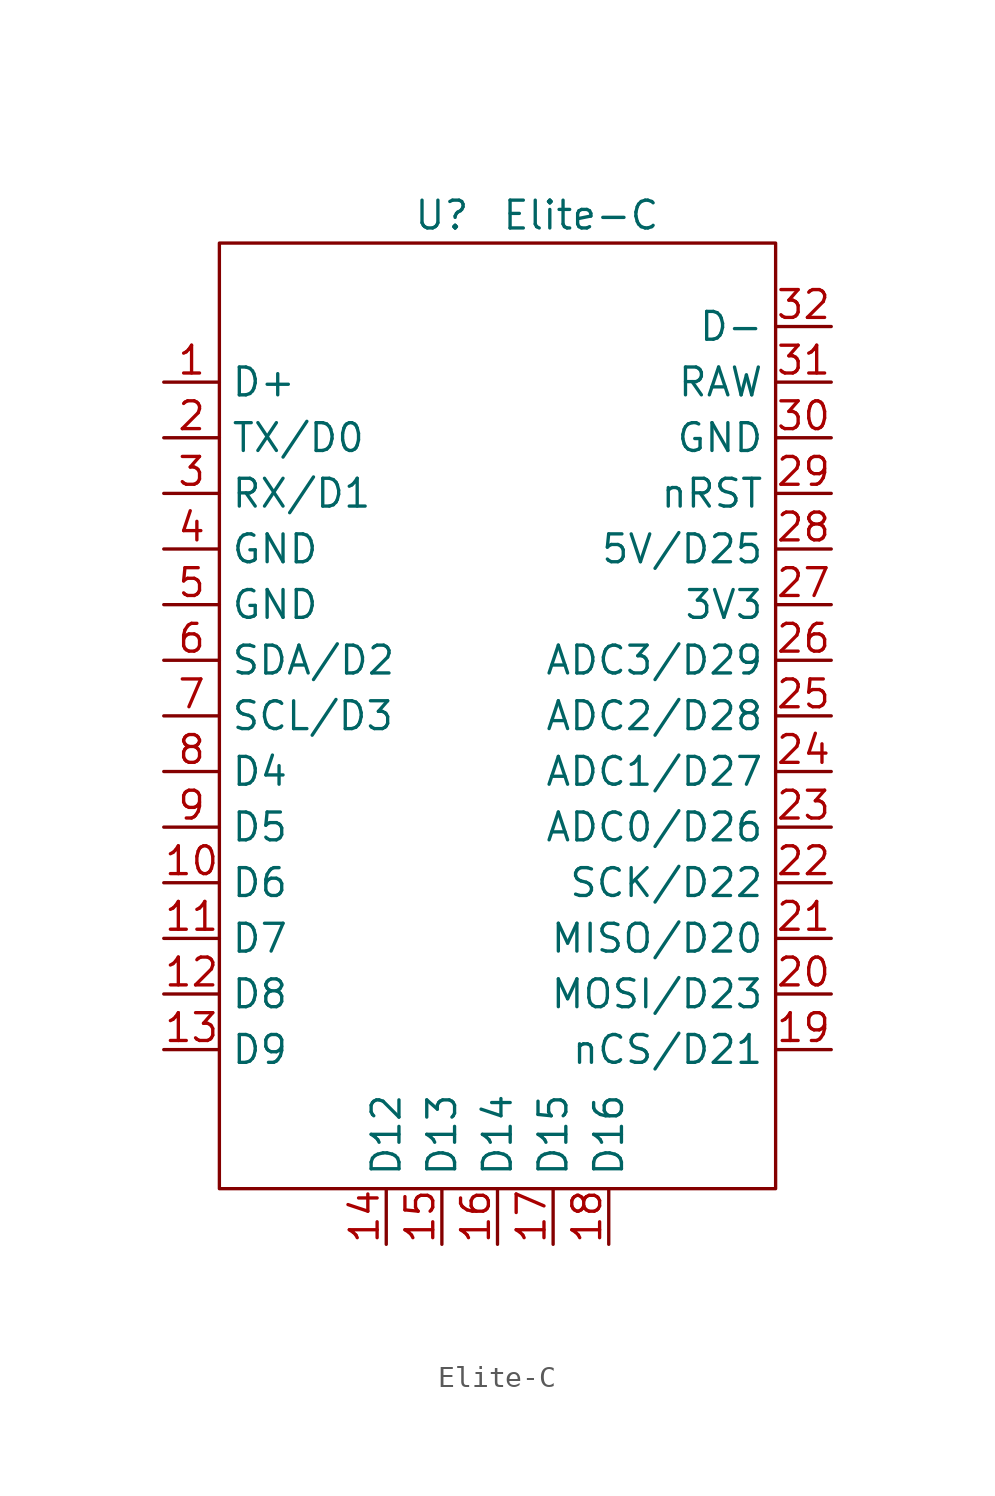
<source format=kicad_sym>
(kicad_symbol_lib
  (version 20211014)
  (generator kicad_symbol_editor)
  (symbol "Elite-C"
    (property "Reference" "U"
      (at -2.54 21.59 0)
      (effects (font (size 1.27 1.27))))
    (property "Value" "Elite-C"
      (at 3.81 21.59 0)
      (effects (font (size 1.27 1.27))))
    (symbol "Elite-C_0_1"
      (rectangle (start 12.7 20.32) (end -12.7 -22.86) (stroke (width 0) (type default) (color 0 0 0 0)) (fill (type none))))
    (symbol "Elite-C_1_1"
      (pin input line (at -15.24 13.97 0) (length 2.54) (name "D+" (effects (font (size 1.27 1.27)))) (number "1" (effects (font (size 1.27 1.27)))))
      (pin input line (at -15.24 -8.89 0) (length 2.54) (name "D6" (effects (font (size 1.27 1.27)))) (number "10" (effects (font (size 1.27 1.27)))))
      (pin input line (at -15.24 -11.43 0) (length 2.54) (name "D7" (effects (font (size 1.27 1.27)))) (number "11" (effects (font (size 1.27 1.27)))))
      (pin input line (at -15.24 -13.97 0) (length 2.54) (name "D8" (effects (font (size 1.27 1.27)))) (number "12" (effects (font (size 1.27 1.27)))))
      (pin input line (at -15.24 -16.51 0) (length 2.54) (name "D9" (effects (font (size 1.27 1.27)))) (number "13" (effects (font (size 1.27 1.27)))))
      (pin input line (at -5.08 -25.4 90) (length 2.54) (name "D12" (effects (font (size 1.27 1.27)))) (number "14" (effects (font (size 1.27 1.27)))))
      (pin input line (at -2.54 -25.4 90) (length 2.54) (name "D13" (effects (font (size 1.27 1.27)))) (number "15" (effects (font (size 1.27 1.27)))))
      (pin input line (at 0 -25.4 90) (length 2.54) (name "D14" (effects (font (size 1.27 1.27)))) (number "16" (effects (font (size 1.27 1.27)))))
      (pin input line (at 2.54 -25.4 90) (length 2.54) (name "D15" (effects (font (size 1.27 1.27)))) (number "17" (effects (font (size 1.27 1.27)))))
      (pin input line (at 5.08 -25.4 90) (length 2.54) (name "D16" (effects (font (size 1.27 1.27)))) (number "18" (effects (font (size 1.27 1.27)))))
      (pin input line (at 15.24 -16.51 180) (length 2.54) (name "nCS/D21" (effects (font (size 1.27 1.27)))) (number "19" (effects (font (size 1.27 1.27)))))
      (pin input line (at -15.24 11.43 0) (length 2.54) (name "TX/D0" (effects (font (size 1.27 1.27)))) (number "2" (effects (font (size 1.27 1.27)))))
      (pin input line (at 15.24 -13.97 180) (length 2.54) (name "MOSI/D23" (effects (font (size 1.27 1.27)))) (number "20" (effects (font (size 1.27 1.27)))))
      (pin input line (at 15.24 -11.43 180) (length 2.54) (name "MISO/D20" (effects (font (size 1.27 1.27)))) (number "21" (effects (font (size 1.27 1.27)))))
      (pin input line (at 15.24 -8.89 180) (length 2.54) (name "SCK/D22" (effects (font (size 1.27 1.27)))) (number "22" (effects (font (size 1.27 1.27)))))
      (pin input line (at 15.24 -6.35 180) (length 2.54) (name "ADC0/D26" (effects (font (size 1.27 1.27)))) (number "23" (effects (font (size 1.27 1.27)))))
      (pin input line (at 15.24 -3.81 180) (length 2.54) (name "ADC1/D27" (effects (font (size 1.27 1.27)))) (number "24" (effects (font (size 1.27 1.27)))))
      (pin input line (at 15.24 -1.27 180) (length 2.54) (name "ADC2/D28" (effects (font (size 1.27 1.27)))) (number "25" (effects (font (size 1.27 1.27)))))
      (pin input line (at 15.24 1.27 180) (length 2.54) (name "ADC3/D29" (effects (font (size 1.27 1.27)))) (number "26" (effects (font (size 1.27 1.27)))))
      (pin input line (at 15.24 3.81 180) (length 2.54) (name "3V3" (effects (font (size 1.27 1.27)))) (number "27" (effects (font (size 1.27 1.27)))))
      (pin input line (at 15.24 6.35 180) (length 2.54) (name "5V/D25" (effects (font (size 1.27 1.27)))) (number "28" (effects (font (size 1.27 1.27)))))
      (pin input line (at 15.24 8.89 180) (length 2.54) (name "nRST" (effects (font (size 1.27 1.27)))) (number "29" (effects (font (size 1.27 1.27)))))
      (pin input line (at -15.24 8.89 0) (length 2.54) (name "RX/D1" (effects (font (size 1.27 1.27)))) (number "3" (effects (font (size 1.27 1.27)))))
      (pin input line (at 15.24 11.43 180) (length 2.54) (name "GND" (effects (font (size 1.27 1.27)))) (number "30" (effects (font (size 1.27 1.27)))))
      (pin input line (at 15.24 13.97 180) (length 2.54) (name "RAW" (effects (font (size 1.27 1.27)))) (number "31" (effects (font (size 1.27 1.27)))))
      (pin input line (at 15.24 16.51 180) (length 2.54) (name "D-" (effects (font (size 1.27 1.27)))) (number "32" (effects (font (size 1.27 1.27)))))
      (pin input line (at -15.24 6.35 0) (length 2.54) (name "GND" (effects (font (size 1.27 1.27)))) (number "4" (effects (font (size 1.27 1.27)))))
      (pin input line (at -15.24 3.81 0) (length 2.54) (name "GND" (effects (font (size 1.27 1.27)))) (number "5" (effects (font (size 1.27 1.27)))))
      (pin input line (at -15.24 1.27 0) (length 2.54) (name "SDA/D2" (effects (font (size 1.27 1.27)))) (number "6" (effects (font (size 1.27 1.27)))))
      (pin input line (at -15.24 -1.27 0) (length 2.54) (name "SCL/D3" (effects (font (size 1.27 1.27)))) (number "7" (effects (font (size 1.27 1.27)))))
      (pin input line (at -15.24 -3.81 0) (length 2.54) (name "D4" (effects (font (size 1.27 1.27)))) (number "8" (effects (font (size 1.27 1.27)))))
      (pin input line (at -15.24 -6.35 0) (length 2.54) (name "D5" (effects (font (size 1.27 1.27)))) (number "9" (effects (font (size 1.27 1.27))))))))
</source>
